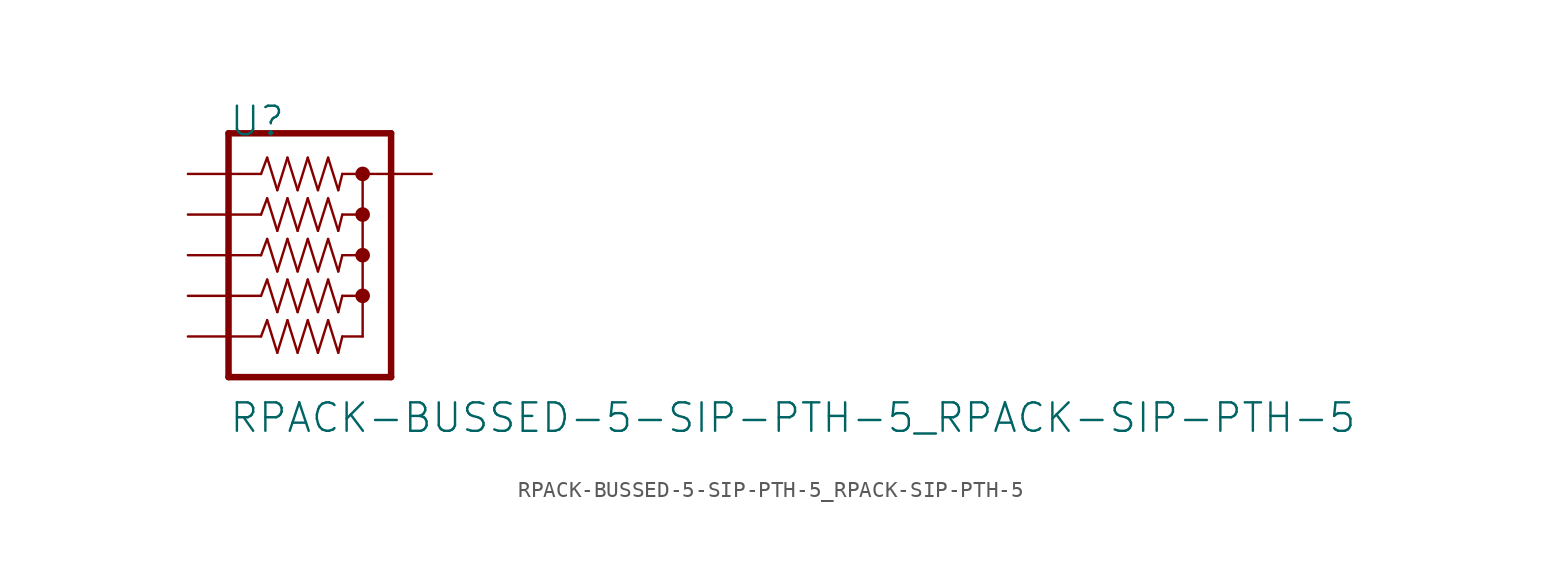
<source format=kicad_sym>
(kicad_symbol_lib
  (version 20211014)
  (generator kicad_symbol_editor)
  (symbol "RPACK-BUSSED-5-SIP-PTH-5_RPACK-SIP-PTH-5"
    (pin_names
      (offset 2.54))
    (property "Reference" "U"
      (at -5.08 8.382 0)
      (effects (font (size 1.778 1.778)) (justify left)))
    (property "Value" "RPACK-BUSSED-5-SIP-PTH-5_RPACK-SIP-PTH-5"
      (at -5.08 -10.16 0)
      (effects (font (size 1.778 1.778)) (justify left)))
    (property "Footprint" ""
      (at 0 0 0)
      (effects (font (size 1.524 1.524))))
    (property "Datasheet" ""
      (at 0 0 0)
      (effects (font (size 1.524 1.524))))
    (symbol "RPACK-BUSSED-5-SIP-PTH-5_RPACK-SIP-PTH-5_0_0"
      (polyline (pts (xy -5.08 -7.62) (xy -5.08 7.62)) (stroke (width 0.406) (type default) (color 0 0 0 0)) (fill (type none)))
      (polyline (pts (xy -5.08 -5.08) (xy -3.048 -5.08)) (stroke (width 0.152) (type default) (color 0 0 0 0)) (fill (type none)))
      (polyline (pts (xy -5.08 0) (xy -3.048 0)) (stroke (width 0.152) (type default) (color 0 0 0 0)) (fill (type none)))
      (polyline (pts (xy -5.08 2.54) (xy -3.048 2.54)) (stroke (width 0.152) (type default) (color 0 0 0 0)) (fill (type none)))
      (polyline (pts (xy -5.08 5.08) (xy -3.048 5.08)) (stroke (width 0.152) (type default) (color 0 0 0 0)) (fill (type none)))
      (polyline (pts (xy -5.08 7.62) (xy 5.08 7.62)) (stroke (width 0.406) (type default) (color 0 0 0 0)) (fill (type none)))
      (polyline (pts (xy -3.048 -5.08) (xy -2.667 -4.064)) (stroke (width 0.152) (type default) (color 0 0 0 0)) (fill (type none)))
      (polyline (pts (xy -3.048 -2.54) (xy -5.08 -2.54)) (stroke (width 0.152) (type default) (color 0 0 0 0)) (fill (type none)))
      (polyline (pts (xy -3.048 -2.54) (xy -2.667 -1.524)) (stroke (width 0.152) (type default) (color 0 0 0 0)) (fill (type none)))
      (polyline (pts (xy -3.048 0) (xy -2.667 1.016)) (stroke (width 0.152) (type default) (color 0 0 0 0)) (fill (type none)))
      (polyline (pts (xy -3.048 2.54) (xy -2.667 3.556)) (stroke (width 0.152) (type default) (color 0 0 0 0)) (fill (type none)))
      (polyline (pts (xy -3.048 5.08) (xy -2.667 6.096)) (stroke (width 0.152) (type default) (color 0 0 0 0)) (fill (type none)))
      (polyline (pts (xy -2.667 -4.064) (xy -2.032 -6.096)) (stroke (width 0.152) (type default) (color 0 0 0 0)) (fill (type none)))
      (polyline (pts (xy -2.667 -1.524) (xy -2.032 -3.556)) (stroke (width 0.152) (type default) (color 0 0 0 0)) (fill (type none)))
      (polyline (pts (xy -2.667 1.016) (xy -2.032 -1.016)) (stroke (width 0.152) (type default) (color 0 0 0 0)) (fill (type none)))
      (polyline (pts (xy -2.667 3.556) (xy -2.032 1.524)) (stroke (width 0.152) (type default) (color 0 0 0 0)) (fill (type none)))
      (polyline (pts (xy -2.667 6.096) (xy -2.032 4.064)) (stroke (width 0.152) (type default) (color 0 0 0 0)) (fill (type none)))
      (polyline (pts (xy -2.032 -6.096) (xy -1.397 -4.064)) (stroke (width 0.152) (type default) (color 0 0 0 0)) (fill (type none)))
      (polyline (pts (xy -2.032 -3.556) (xy -1.397 -1.524)) (stroke (width 0.152) (type default) (color 0 0 0 0)) (fill (type none)))
      (polyline (pts (xy -2.032 -1.016) (xy -1.397 1.016)) (stroke (width 0.152) (type default) (color 0 0 0 0)) (fill (type none)))
      (polyline (pts (xy -2.032 1.524) (xy -1.397 3.556)) (stroke (width 0.152) (type default) (color 0 0 0 0)) (fill (type none)))
      (polyline (pts (xy -2.032 4.064) (xy -1.397 6.096)) (stroke (width 0.152) (type default) (color 0 0 0 0)) (fill (type none)))
      (polyline (pts (xy -1.397 -4.064) (xy -0.762 -6.096)) (stroke (width 0.152) (type default) (color 0 0 0 0)) (fill (type none)))
      (polyline (pts (xy -1.397 -1.524) (xy -0.762 -3.556)) (stroke (width 0.152) (type default) (color 0 0 0 0)) (fill (type none)))
      (polyline (pts (xy -1.397 1.016) (xy -0.762 -1.016)) (stroke (width 0.152) (type default) (color 0 0 0 0)) (fill (type none)))
      (polyline (pts (xy -1.397 3.556) (xy -0.762 1.524)) (stroke (width 0.152) (type default) (color 0 0 0 0)) (fill (type none)))
      (polyline (pts (xy -1.397 6.096) (xy -0.762 4.064)) (stroke (width 0.152) (type default) (color 0 0 0 0)) (fill (type none)))
      (polyline (pts (xy -0.762 -6.096) (xy -0.127 -4.064)) (stroke (width 0.152) (type default) (color 0 0 0 0)) (fill (type none)))
      (polyline (pts (xy -0.762 -3.556) (xy -0.127 -1.524)) (stroke (width 0.152) (type default) (color 0 0 0 0)) (fill (type none)))
      (polyline (pts (xy -0.762 -1.016) (xy -0.127 1.016)) (stroke (width 0.152) (type default) (color 0 0 0 0)) (fill (type none)))
      (polyline (pts (xy -0.762 1.524) (xy -0.127 3.556)) (stroke (width 0.152) (type default) (color 0 0 0 0)) (fill (type none)))
      (polyline (pts (xy -0.762 4.064) (xy -0.127 6.096)) (stroke (width 0.152) (type default) (color 0 0 0 0)) (fill (type none)))
      (polyline (pts (xy -0.127 -4.064) (xy 0.508 -6.096)) (stroke (width 0.152) (type default) (color 0 0 0 0)) (fill (type none)))
      (polyline (pts (xy -0.127 -1.524) (xy 0.508 -3.556)) (stroke (width 0.152) (type default) (color 0 0 0 0)) (fill (type none)))
      (polyline (pts (xy -0.127 1.016) (xy 0.508 -1.016)) (stroke (width 0.152) (type default) (color 0 0 0 0)) (fill (type none)))
      (polyline (pts (xy -0.127 3.556) (xy 0.508 1.524)) (stroke (width 0.152) (type default) (color 0 0 0 0)) (fill (type none)))
      (polyline (pts (xy -0.127 6.096) (xy 0.508 4.064)) (stroke (width 0.152) (type default) (color 0 0 0 0)) (fill (type none)))
      (polyline (pts (xy 0.508 -6.096) (xy 1.143 -4.064)) (stroke (width 0.152) (type default) (color 0 0 0 0)) (fill (type none)))
      (polyline (pts (xy 0.508 -3.556) (xy 1.143 -1.524)) (stroke (width 0.152) (type default) (color 0 0 0 0)) (fill (type none)))
      (polyline (pts (xy 0.508 -1.016) (xy 1.143 1.016)) (stroke (width 0.152) (type default) (color 0 0 0 0)) (fill (type none)))
      (polyline (pts (xy 0.508 1.524) (xy 1.143 3.556)) (stroke (width 0.152) (type default) (color 0 0 0 0)) (fill (type none)))
      (polyline (pts (xy 0.508 4.064) (xy 1.143 6.096)) (stroke (width 0.152) (type default) (color 0 0 0 0)) (fill (type none)))
      (polyline (pts (xy 1.143 -4.064) (xy 1.778 -6.096)) (stroke (width 0.152) (type default) (color 0 0 0 0)) (fill (type none)))
      (polyline (pts (xy 1.143 -1.524) (xy 1.778 -3.556)) (stroke (width 0.152) (type default) (color 0 0 0 0)) (fill (type none)))
      (polyline (pts (xy 1.143 1.016) (xy 1.778 -1.016)) (stroke (width 0.152) (type default) (color 0 0 0 0)) (fill (type none)))
      (polyline (pts (xy 1.143 3.556) (xy 1.778 1.524)) (stroke (width 0.152) (type default) (color 0 0 0 0)) (fill (type none)))
      (polyline (pts (xy 1.143 6.096) (xy 1.778 4.064)) (stroke (width 0.152) (type default) (color 0 0 0 0)) (fill (type none)))
      (polyline (pts (xy 1.778 -6.096) (xy 2.032 -5.08)) (stroke (width 0.152) (type default) (color 0 0 0 0)) (fill (type none)))
      (polyline (pts (xy 1.778 -3.556) (xy 2.032 -2.54)) (stroke (width 0.152) (type default) (color 0 0 0 0)) (fill (type none)))
      (polyline (pts (xy 1.778 -1.016) (xy 2.032 0)) (stroke (width 0.152) (type default) (color 0 0 0 0)) (fill (type none)))
      (polyline (pts (xy 1.778 1.524) (xy 2.032 2.54)) (stroke (width 0.152) (type default) (color 0 0 0 0)) (fill (type none)))
      (polyline (pts (xy 1.778 4.064) (xy 2.032 5.08)) (stroke (width 0.152) (type default) (color 0 0 0 0)) (fill (type none)))
      (polyline (pts (xy 2.032 -5.08) (xy 3.302 -5.08)) (stroke (width 0.152) (type default) (color 0 0 0 0)) (fill (type none)))
      (polyline (pts (xy 2.032 5.08) (xy 3.302 5.08)) (stroke (width 0.152) (type default) (color 0 0 0 0)) (fill (type none)))
      (polyline (pts (xy 3.302 -5.08) (xy 3.302 -2.54)) (stroke (width 0.152) (type default) (color 0 0 0 0)) (fill (type none)))
      (polyline (pts (xy 3.302 -2.54) (xy 2.032 -2.54)) (stroke (width 0.152) (type default) (color 0 0 0 0)) (fill (type none)))
      (polyline (pts (xy 3.302 -2.54) (xy 3.302 0)) (stroke (width 0.152) (type default) (color 0 0 0 0)) (fill (type none)))
      (polyline (pts (xy 3.302 0) (xy 2.032 0)) (stroke (width 0.152) (type default) (color 0 0 0 0)) (fill (type none)))
      (polyline (pts (xy 3.302 0) (xy 3.302 2.54)) (stroke (width 0.152) (type default) (color 0 0 0 0)) (fill (type none)))
      (polyline (pts (xy 3.302 2.54) (xy 2.032 2.54)) (stroke (width 0.152) (type default) (color 0 0 0 0)) (fill (type none)))
      (polyline (pts (xy 3.302 5.08) (xy 3.302 2.54)) (stroke (width 0.152) (type default) (color 0 0 0 0)) (fill (type none)))
      (polyline (pts (xy 3.302 5.08) (xy 5.08 5.08)) (stroke (width 0.152) (type default) (color 0 0 0 0)) (fill (type none)))
      (polyline (pts (xy 5.08 -7.62) (xy -5.08 -7.62)) (stroke (width 0.406) (type default) (color 0 0 0 0)) (fill (type none)))
      (polyline (pts (xy 5.08 5.08) (xy 5.08 -7.62)) (stroke (width 0.406) (type default) (color 0 0 0 0)) (fill (type none)))
      (polyline (pts (xy 5.08 7.62) (xy 5.08 5.08)) (stroke (width 0.406) (type default) (color 0 0 0 0)) (fill (type none)))
      (circle (center 3.302 -2.54) (radius 0.254) (stroke (width 0.406) (type default) (color 0 0 0 0)) (fill (type none)))
      (circle (center 3.302 0) (radius 0.254) (stroke (width 0.406) (type default) (color 0 0 0 0)) (fill (type none)))
      (circle (center 3.302 2.54) (radius 0.254) (stroke (width 0.406) (type default) (color 0 0 0 0)) (fill (type none)))
      (circle (center 3.302 5.08) (radius 0.254) (stroke (width 0.406) (type default) (color 0 0 0 0)) (fill (type none)))
      (pin passive line (at 7.62 5.08 180) (length 2.54) (name "1" (effects (font (size 0 0)))) (number "P$1" (effects (font (size 0 0)))))
      (pin passive line (at -7.62 5.08 0) (length 2.54) (name "2" (effects (font (size 0 0)))) (number "P$2" (effects (font (size 0 0)))))
      (pin passive line (at -7.62 2.54 0) (length 2.54) (name "3" (effects (font (size 0 0)))) (number "P$3" (effects (font (size 0 0)))))
      (pin passive line (at -7.62 0 0) (length 2.54) (name "4" (effects (font (size 0 0)))) (number "P$4" (effects (font (size 0 0)))))
      (pin passive line (at -7.62 -2.54 0) (length 2.54) (name "5" (effects (font (size 0 0)))) (number "P$5" (effects (font (size 0 0)))))
      (pin passive line (at -7.62 -5.08 0) (length 2.54) (name "6" (effects (font (size 0 0)))) (number "P$6" (effects (font (size 0 0))))))))
</source>
